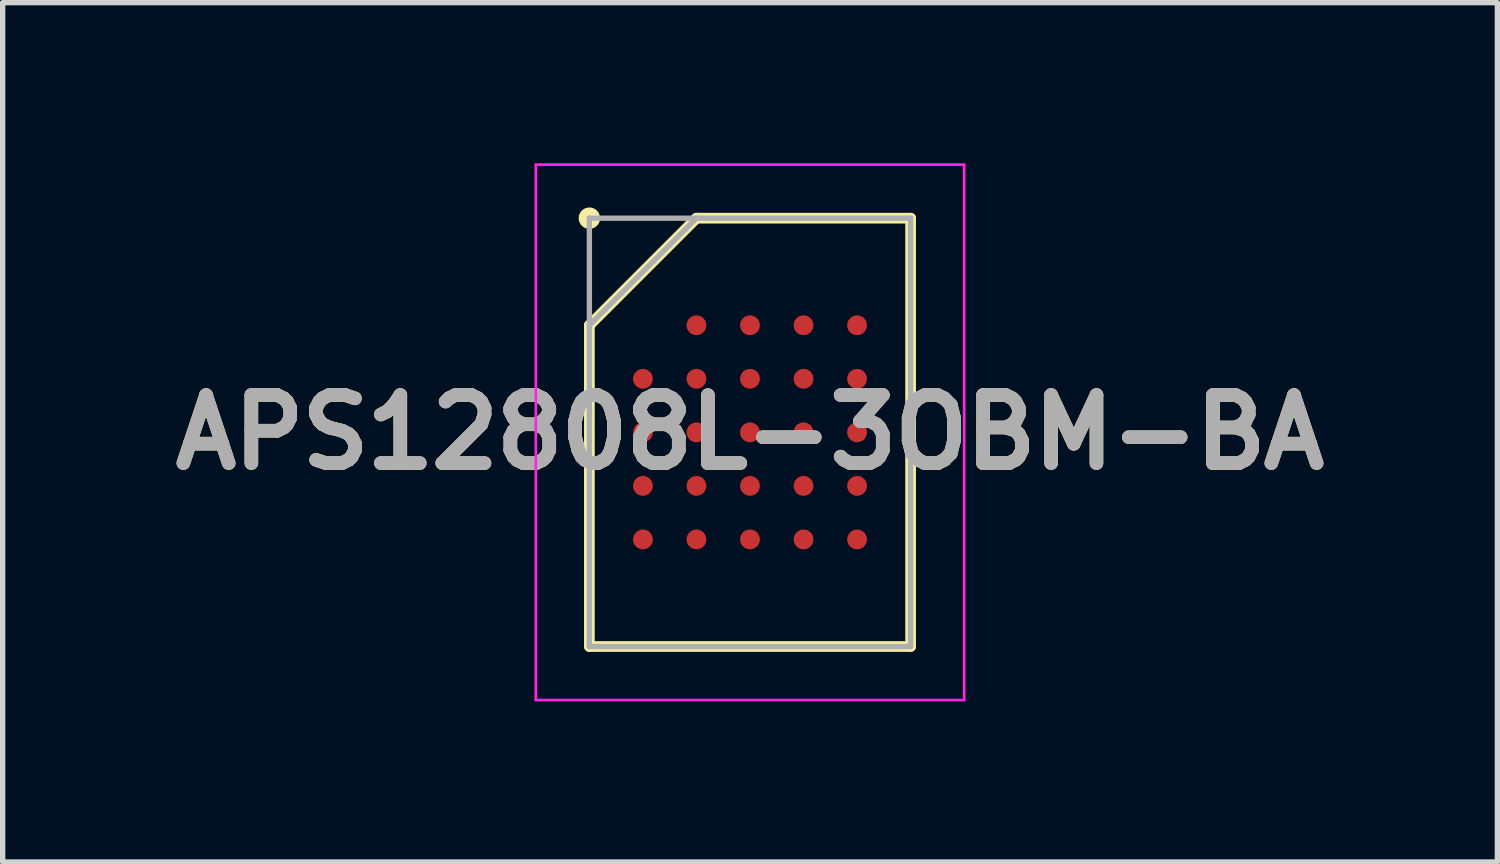
<source format=kicad_pcb>
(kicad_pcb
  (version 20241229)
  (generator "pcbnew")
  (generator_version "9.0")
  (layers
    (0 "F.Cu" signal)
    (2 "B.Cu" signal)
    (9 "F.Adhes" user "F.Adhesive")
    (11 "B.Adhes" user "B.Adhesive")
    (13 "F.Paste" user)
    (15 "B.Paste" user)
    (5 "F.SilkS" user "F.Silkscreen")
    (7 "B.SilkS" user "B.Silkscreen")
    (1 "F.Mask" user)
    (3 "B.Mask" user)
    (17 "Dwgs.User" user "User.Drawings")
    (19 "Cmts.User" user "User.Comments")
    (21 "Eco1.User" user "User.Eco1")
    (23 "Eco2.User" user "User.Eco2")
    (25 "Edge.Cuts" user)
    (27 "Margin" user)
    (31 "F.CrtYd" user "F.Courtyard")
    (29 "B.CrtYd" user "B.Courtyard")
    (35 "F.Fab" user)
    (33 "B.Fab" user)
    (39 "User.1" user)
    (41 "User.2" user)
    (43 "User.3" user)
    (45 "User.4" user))
  (footprint "APS12808L-3OBM-BA"
    (layer "F.Cu")
    (at 10.958 5.025)
    (property "Reference" "APS12808L-3OBM-BA" (at 0 0 0) (layer "F.SilkS") (effects (font (size 1.27 1.27) (thickness 0.254))))
    (attr smd)
    (fp_line (start -3 -2) (end -1 -4) (stroke (width 0.2) (type solid)) (layer "F.SilkS"))
    (fp_line (start -3 4) (end -3 -2) (stroke (width 0.2) (type solid)) (layer "F.SilkS"))
    (fp_line (start -1 -4) (end 3 -4) (stroke (width 0.2) (type solid)) (layer "F.SilkS"))
    (fp_line (start 3 -4) (end 3 4) (stroke (width 0.2) (type solid)) (layer "F.SilkS"))
    (fp_line (start 3 4) (end -3 4) (stroke (width 0.2) (type solid)) (layer "F.SilkS"))
    (fp_circle (center -3 -4) (end -3 -3.9) (stroke (width 0.2) (type solid)) (fill no) (layer "F.SilkS"))
    (fp_line (start -4 -5) (end 4 -5) (stroke (width 0.05) (type solid)) (layer "F.CrtYd"))
    (fp_line (start -4 5) (end -4 -5) (stroke (width 0.05) (type solid)) (layer "F.CrtYd"))
    (fp_line (start 4 -5) (end 4 5) (stroke (width 0.05) (type solid)) (layer "F.CrtYd"))
    (fp_line (start 4 5) (end -4 5) (stroke (width 0.05) (type solid)) (layer "F.CrtYd"))
    (fp_line (start -3 -4) (end 3 -4) (stroke (width 0.1) (type solid)) (layer "F.Fab"))
    (fp_line (start -3 -2) (end -1 -4) (stroke (width 0.1) (type solid)) (layer "F.Fab"))
    (fp_line (start -3 4) (end -3 -4) (stroke (width 0.1) (type solid)) (layer "F.Fab"))
    (fp_line (start 3 -4) (end 3 4) (stroke (width 0.1) (type solid)) (layer "F.Fab"))
    (fp_line (start 3 4) (end -3 4) (stroke (width 0.1) (type solid)) (layer "F.Fab"))
    (fp_text user "${REFERENCE}" (at 0 0 0) (layer "F.Fab") (effects (font (size 1.27 1.27) (thickness 0.254))))
    (pad "A2" smd circle (at -1 -2 90) (size 0.37 0.37) (layers "F.Cu" "F.Mask" "F.Paste"))
    (pad "A3" smd circle (at 0 -2 90) (size 0.37 0.37) (layers "F.Cu" "F.Mask" "F.Paste"))
    (pad "A4" smd circle (at 1 -2 90) (size 0.37 0.37) (layers "F.Cu" "F.Mask" "F.Paste"))
    (pad "A5" smd circle (at 2 -2 90) (size 0.37 0.37) (layers "F.Cu" "F.Mask" "F.Paste"))
    (pad "B1" smd circle (at -2 -1 90) (size 0.37 0.37) (layers "F.Cu" "F.Mask" "F.Paste"))
    (pad "B2" smd circle (at -1 -1 90) (size 0.37 0.37) (layers "F.Cu" "F.Mask" "F.Paste"))
    (pad "B3" smd circle (at 0 -1 90) (size 0.37 0.37) (layers "F.Cu" "F.Mask" "F.Paste"))
    (pad "B4" smd circle (at 1 -1 90) (size 0.37 0.37) (layers "F.Cu" "F.Mask" "F.Paste"))
    (pad "B5" smd circle (at 2 -1 90) (size 0.37 0.37) (layers "F.Cu" "F.Mask" "F.Paste"))
    (pad "C1" smd circle (at -2 0 90) (size 0.37 0.37) (layers "F.Cu" "F.Mask" "F.Paste"))
    (pad "C2" smd circle (at -1 0 90) (size 0.37 0.37) (layers "F.Cu" "F.Mask" "F.Paste"))
    (pad "C3" smd circle (at 0 0 90) (size 0.37 0.37) (layers "F.Cu" "F.Mask" "F.Paste"))
    (pad "C4" smd circle (at 1 0 90) (size 0.37 0.37) (layers "F.Cu" "F.Mask" "F.Paste"))
    (pad "C5" smd circle (at 2 0 90) (size 0.37 0.37) (layers "F.Cu" "F.Mask" "F.Paste"))
    (pad "D1" smd circle (at -2 1 90) (size 0.37 0.37) (layers "F.Cu" "F.Mask" "F.Paste"))
    (pad "D2" smd circle (at -1 1 90) (size 0.37 0.37) (layers "F.Cu" "F.Mask" "F.Paste"))
    (pad "D3" smd circle (at 0 1 90) (size 0.37 0.37) (layers "F.Cu" "F.Mask" "F.Paste"))
    (pad "D4" smd circle (at 1 1 90) (size 0.37 0.37) (layers "F.Cu" "F.Mask" "F.Paste"))
    (pad "D5" smd circle (at 2 1 90) (size 0.37 0.37) (layers "F.Cu" "F.Mask" "F.Paste"))
    (pad "E1" smd circle (at -2 2 90) (size 0.37 0.37) (layers "F.Cu" "F.Mask" "F.Paste"))
    (pad "E2" smd circle (at -1 2 90) (size 0.37 0.37) (layers "F.Cu" "F.Mask" "F.Paste"))
    (pad "E3" smd circle (at 0 2 90) (size 0.37 0.37) (layers "F.Cu" "F.Mask" "F.Paste"))
    (pad "E4" smd circle (at 1 2 90) (size 0.37 0.37) (layers "F.Cu" "F.Mask" "F.Paste"))
    (pad "E5" smd circle (at 2 2 90) (size 0.37 0.37) (layers "F.Cu" "F.Mask" "F.Paste")))
  (gr_rect
    (start -3 -3)
    (end 24.917 13.05)
    (stroke (width 0.1) (type default))
    (fill no)
    (layer "Edge.Cuts")))
</source>
